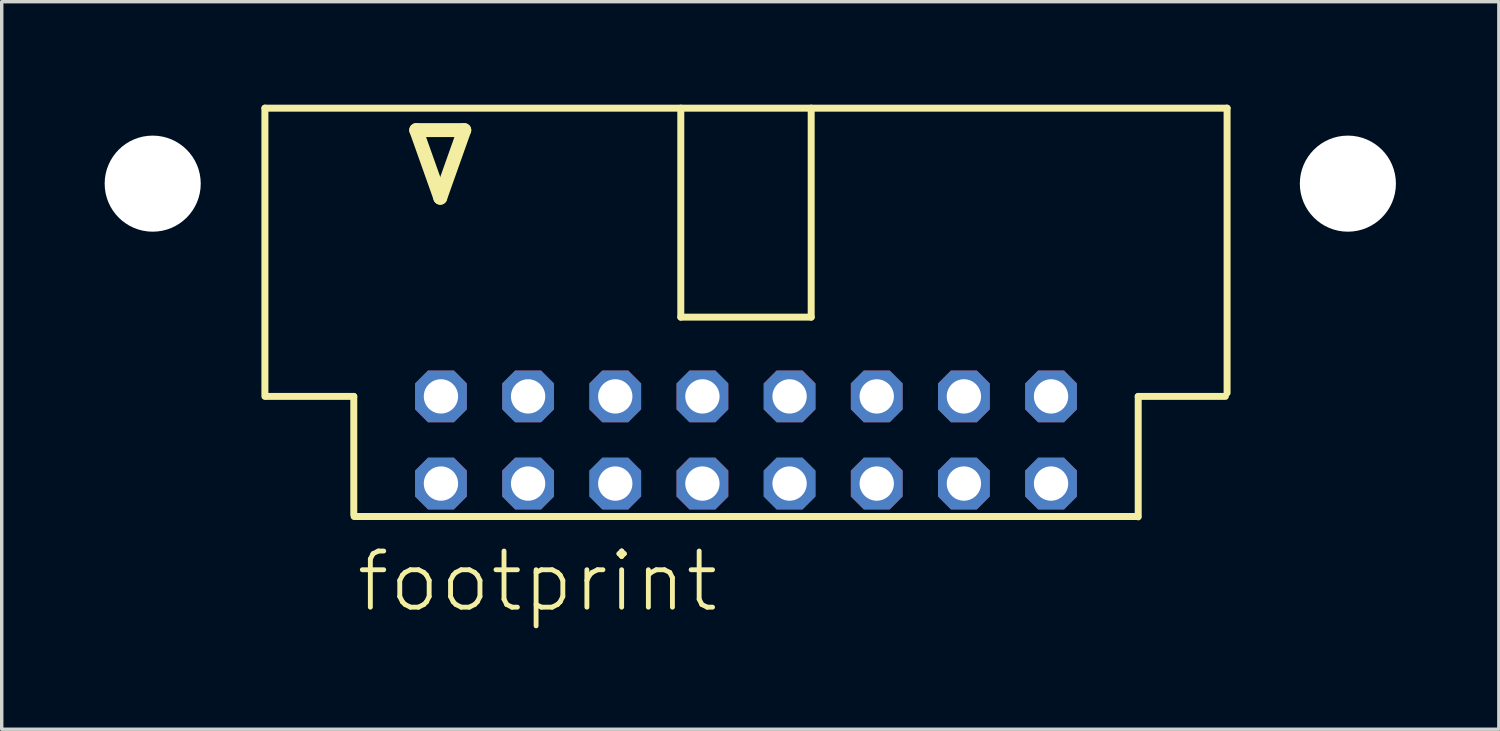
<source format=kicad_pcb>
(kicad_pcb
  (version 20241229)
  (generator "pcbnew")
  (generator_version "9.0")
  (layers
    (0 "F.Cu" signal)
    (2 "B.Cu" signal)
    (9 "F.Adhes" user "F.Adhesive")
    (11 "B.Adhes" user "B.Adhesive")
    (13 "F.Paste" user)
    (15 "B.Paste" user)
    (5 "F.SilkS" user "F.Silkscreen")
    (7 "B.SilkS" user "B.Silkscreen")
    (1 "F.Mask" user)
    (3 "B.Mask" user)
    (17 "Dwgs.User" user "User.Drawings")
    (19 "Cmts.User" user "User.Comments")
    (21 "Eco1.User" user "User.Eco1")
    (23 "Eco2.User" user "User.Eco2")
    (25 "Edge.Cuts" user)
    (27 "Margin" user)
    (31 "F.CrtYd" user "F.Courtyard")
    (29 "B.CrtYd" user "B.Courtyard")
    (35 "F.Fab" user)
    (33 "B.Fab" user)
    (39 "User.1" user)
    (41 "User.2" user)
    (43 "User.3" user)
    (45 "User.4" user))
  (footprint "footprint"
    (layer "F.Cu")
    (at 18.69 5.962)
    (property "Reference" "footprint" (at -11.43 8.89 0) (layer "F.SilkS") (effects (font (size 1.636 1.636) (thickness 0.142)) (justify left bottom)))
    (fp_line (start -14.02 -5.86) (end 14.02 -5.86) (stroke (width 0.203) (type solid)) (layer "F.SilkS"))
    (fp_line (start -14.02 2.54) (end -14.02 -5.86) (stroke (width 0.203) (type solid)) (layer "F.SilkS"))
    (fp_line (start -13.97 2.54) (end -11.43 2.54) (stroke (width 0.203) (type solid)) (layer "F.SilkS"))
    (fp_line (start -11.43 2.54) (end -11.43 5.98) (stroke (width 0.203) (type solid)) (layer "F.SilkS"))
    (fp_line (start -9.61 -5.22) (end -8.91 -3.25) (stroke (width 0.406) (type solid)) (layer "F.SilkS"))
    (fp_line (start -8.91 -3.25) (end -8.21 -5.22) (stroke (width 0.406) (type solid)) (layer "F.SilkS"))
    (fp_line (start -8.21 -5.22) (end -9.61 -5.22) (stroke (width 0.406) (type solid)) (layer "F.SilkS"))
    (fp_line (start -1.9 0.23) (end -1.9 -5.86) (stroke (width 0.203) (type solid)) (layer "F.SilkS"))
    (fp_line (start -1.9 0.23) (end 1.9 0.23) (stroke (width 0.203) (type solid)) (layer "F.SilkS"))
    (fp_line (start 1.9 0.23) (end 1.9 -5.86) (stroke (width 0.203) (type solid)) (layer "F.SilkS"))
    (fp_line (start 11.42 6.04) (end -11.42 6.04) (stroke (width 0.203) (type solid)) (layer "F.SilkS"))
    (fp_line (start 11.43 2.54) (end 11.43 6.05) (stroke (width 0.203) (type solid)) (layer "F.SilkS"))
    (fp_line (start 13.97 2.54) (end 11.43 2.54) (stroke (width 0.203) (type solid)) (layer "F.SilkS"))
    (fp_line (start 14.02 -5.86) (end 14.02 2.44) (stroke (width 0.203) (type solid)) (layer "F.SilkS"))
    (pad "" np_thru_hole circle (at -17.29 -3.66) (size 2.8 2.8) (drill 2.8) (layers "*.Cu" "*.Mask"))
    (pad "" np_thru_hole circle (at 17.54 -3.66) (size 2.8 2.8) (drill 2.8) (layers "*.Cu" "*.Mask"))
    (pad "1" thru_hole roundrect (at -8.89 5.08) (size 1.508 1.508) (drill 1) (layers "*.Cu" "*.Mask") (roundrect_rratio 0.25) (chamfer_ratio 0.25) (chamfer top_left top_right bottom_left bottom_right))
    (pad "2" thru_hole roundrect (at -8.89 2.54) (size 1.508 1.508) (drill 1) (layers "*.Cu" "*.Mask") (roundrect_rratio 0.25) (chamfer_ratio 0.25) (chamfer top_left top_right bottom_left bottom_right))
    (pad "3" thru_hole roundrect (at -6.35 5.08) (size 1.508 1.508) (drill 1) (layers "*.Cu" "*.Mask") (roundrect_rratio 0.25) (chamfer_ratio 0.25) (chamfer top_left top_right bottom_left bottom_right))
    (pad "4" thru_hole roundrect (at -6.35 2.54) (size 1.508 1.508) (drill 1) (layers "*.Cu" "*.Mask") (roundrect_rratio 0.25) (chamfer_ratio 0.25) (chamfer top_left top_right bottom_left bottom_right))
    (pad "5" thru_hole roundrect (at -3.81 5.08) (size 1.508 1.508) (drill 1) (layers "*.Cu" "*.Mask") (roundrect_rratio 0.25) (chamfer_ratio 0.25) (chamfer top_left top_right bottom_left bottom_right))
    (pad "6" thru_hole roundrect (at -3.81 2.54) (size 1.508 1.508) (drill 1) (layers "*.Cu" "*.Mask") (roundrect_rratio 0.25) (chamfer_ratio 0.25) (chamfer top_left top_right bottom_left bottom_right))
    (pad "7" thru_hole roundrect (at -1.27 5.08) (size 1.508 1.508) (drill 1) (layers "*.Cu" "*.Mask") (roundrect_rratio 0.25) (chamfer_ratio 0.25) (chamfer top_left top_right bottom_left bottom_right))
    (pad "8" thru_hole roundrect (at -1.27 2.54) (size 1.508 1.508) (drill 1) (layers "*.Cu" "*.Mask") (roundrect_rratio 0.25) (chamfer_ratio 0.25) (chamfer top_left top_right bottom_left bottom_right))
    (pad "9" thru_hole roundrect (at 1.27 5.08) (size 1.508 1.508) (drill 1) (layers "*.Cu" "*.Mask") (roundrect_rratio 0.25) (chamfer_ratio 0.25) (chamfer top_left top_right bottom_left bottom_right))
    (pad "10" thru_hole roundrect (at 1.27 2.54) (size 1.508 1.508) (drill 1) (layers "*.Cu" "*.Mask") (roundrect_rratio 0.25) (chamfer_ratio 0.25) (chamfer top_left top_right bottom_left bottom_right))
    (pad "11" thru_hole roundrect (at 3.81 5.08) (size 1.508 1.508) (drill 1) (layers "*.Cu" "*.Mask") (roundrect_rratio 0.25) (chamfer_ratio 0.25) (chamfer top_left top_right bottom_left bottom_right))
    (pad "12" thru_hole roundrect (at 3.81 2.54) (size 1.508 1.508) (drill 1) (layers "*.Cu" "*.Mask") (roundrect_rratio 0.25) (chamfer_ratio 0.25) (chamfer top_left top_right bottom_left bottom_right))
    (pad "13" thru_hole roundrect (at 6.35 5.08) (size 1.508 1.508) (drill 1) (layers "*.Cu" "*.Mask") (roundrect_rratio 0.25) (chamfer_ratio 0.25) (chamfer top_left top_right bottom_left bottom_right))
    (pad "14" thru_hole roundrect (at 6.35 2.54) (size 1.508 1.508) (drill 1) (layers "*.Cu" "*.Mask") (roundrect_rratio 0.25) (chamfer_ratio 0.25) (chamfer top_left top_right bottom_left bottom_right))
    (pad "15" thru_hole roundrect (at 8.89 5.08) (size 1.508 1.508) (drill 1) (layers "*.Cu" "*.Mask") (roundrect_rratio 0.25) (chamfer_ratio 0.25) (chamfer top_left top_right bottom_left bottom_right))
    (pad "16" thru_hole roundrect (at 8.89 2.54) (size 1.508 1.508) (drill 1) (layers "*.Cu" "*.Mask") (roundrect_rratio 0.25) (chamfer_ratio 0.25) (chamfer top_left top_right bottom_left bottom_right)))
  (gr_rect
    (start -3 -3)
    (end 40.63 18.202)
    (stroke (width 0.1) (type default))
    (fill no)
    (layer "Edge.Cuts")))
</source>
